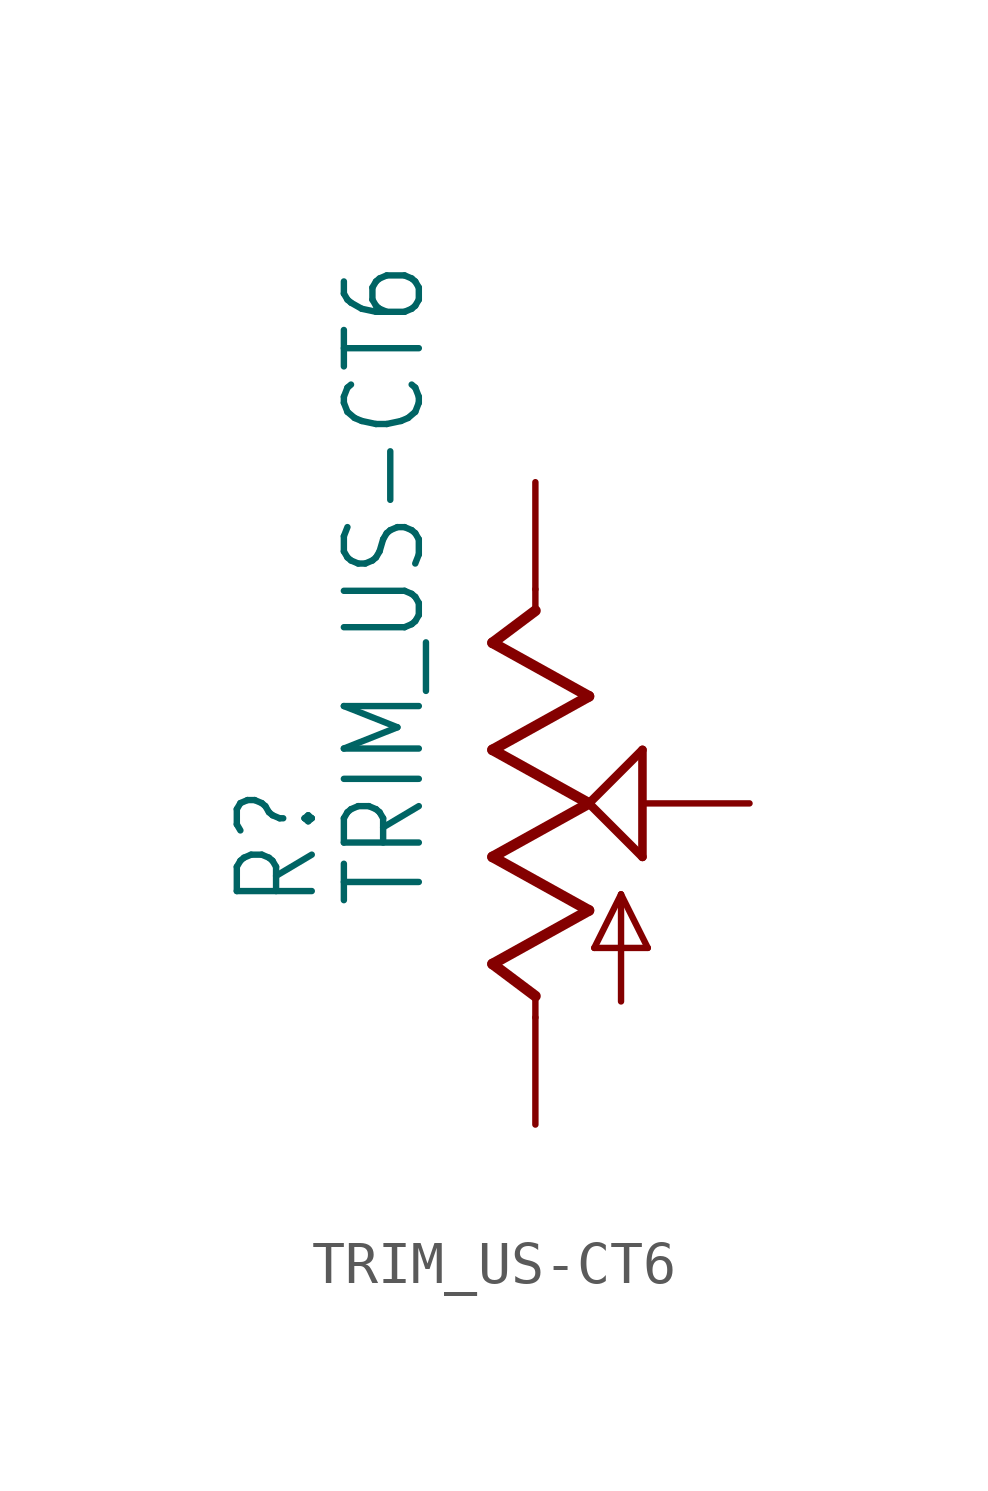
<source format=kicad_sym>
(kicad_symbol_lib
  (version 20211014)
  (generator kicad_symbol_editor)
  (symbol "TRIM_US-CT6"
    (property "Reference" "R"
      (at -5.08 -2.54 90)
      (effects (font (size 1.778 1.511)) (justify left bottom)))
    (property "Value" "TRIM_US-CT6"
      (at -2.54 -2.54 90)
      (effects (font (size 1.778 1.511)) (justify left bottom)))
    (property "ki_locked" ""
      (at 0 0 0)
      (effects (font (size 1.27 1.27))))
    (symbol "TRIM_US-CT6_1_0"
      (polyline (pts (xy -1.016 -3.81) (xy 1.27 -2.54)) (stroke (width 0.254) (type default) (color 0 0 0 0)) (fill (type none)))
      (polyline (pts (xy -1.016 -1.27) (xy 1.27 0)) (stroke (width 0.254) (type default) (color 0 0 0 0)) (fill (type none)))
      (polyline (pts (xy -1.016 1.27) (xy 1.27 2.54)) (stroke (width 0.254) (type default) (color 0 0 0 0)) (fill (type none)))
      (polyline (pts (xy -1.016 3.81) (xy 0 4.572)) (stroke (width 0.254) (type default) (color 0 0 0 0)) (fill (type none)))
      (polyline (pts (xy 0 -5.08) (xy 0 -4.572)) (stroke (width 0.152) (type default) (color 0 0 0 0)) (fill (type none)))
      (polyline (pts (xy 0 -4.572) (xy -1.016 -3.81)) (stroke (width 0.254) (type default) (color 0 0 0 0)) (fill (type none)))
      (polyline (pts (xy 0 4.572) (xy 0 5.08)) (stroke (width 0.152) (type default) (color 0 0 0 0)) (fill (type none)))
      (polyline (pts (xy 1.27 -2.54) (xy -1.016 -1.27)) (stroke (width 0.254) (type default) (color 0 0 0 0)) (fill (type none)))
      (polyline (pts (xy 1.27 0) (xy -1.016 1.27)) (stroke (width 0.254) (type default) (color 0 0 0 0)) (fill (type none)))
      (polyline (pts (xy 1.27 0) (xy 2.54 1.27)) (stroke (width 0.203) (type default) (color 0 0 0 0)) (fill (type none)))
      (polyline (pts (xy 1.27 2.54) (xy -1.016 3.81)) (stroke (width 0.254) (type default) (color 0 0 0 0)) (fill (type none)))
      (polyline (pts (xy 1.397 -3.429) (xy 2.032 -2.159)) (stroke (width 0.152) (type default) (color 0 0 0 0)) (fill (type none)))
      (polyline (pts (xy 2.032 -4.699) (xy 2.032 -2.159)) (stroke (width 0.152) (type default) (color 0 0 0 0)) (fill (type none)))
      (polyline (pts (xy 2.032 -2.159) (xy 2.667 -3.429)) (stroke (width 0.152) (type default) (color 0 0 0 0)) (fill (type none)))
      (polyline (pts (xy 2.54 -1.27) (xy 1.27 0)) (stroke (width 0.203) (type default) (color 0 0 0 0)) (fill (type none)))
      (polyline (pts (xy 2.54 1.27) (xy 2.54 -1.27)) (stroke (width 0.203) (type default) (color 0 0 0 0)) (fill (type none)))
      (polyline (pts (xy 2.667 -3.429) (xy 1.397 -3.429)) (stroke (width 0.152) (type default) (color 0 0 0 0)) (fill (type none)))
      (pin passive line (at 0 -7.62 90) (length 2.54) (name "A" (effects (font (size 0 0)))) (number "A" (effects (font (size 0 0)))))
      (pin passive line (at 0 7.62 270) (length 2.54) (name "E" (effects (font (size 0 0)))) (number "E" (effects (font (size 0 0)))))
      (pin passive line (at 5.08 0 180) (length 2.54) (name "S" (effects (font (size 0 0)))) (number "S" (effects (font (size 0 0))))))))
</source>
